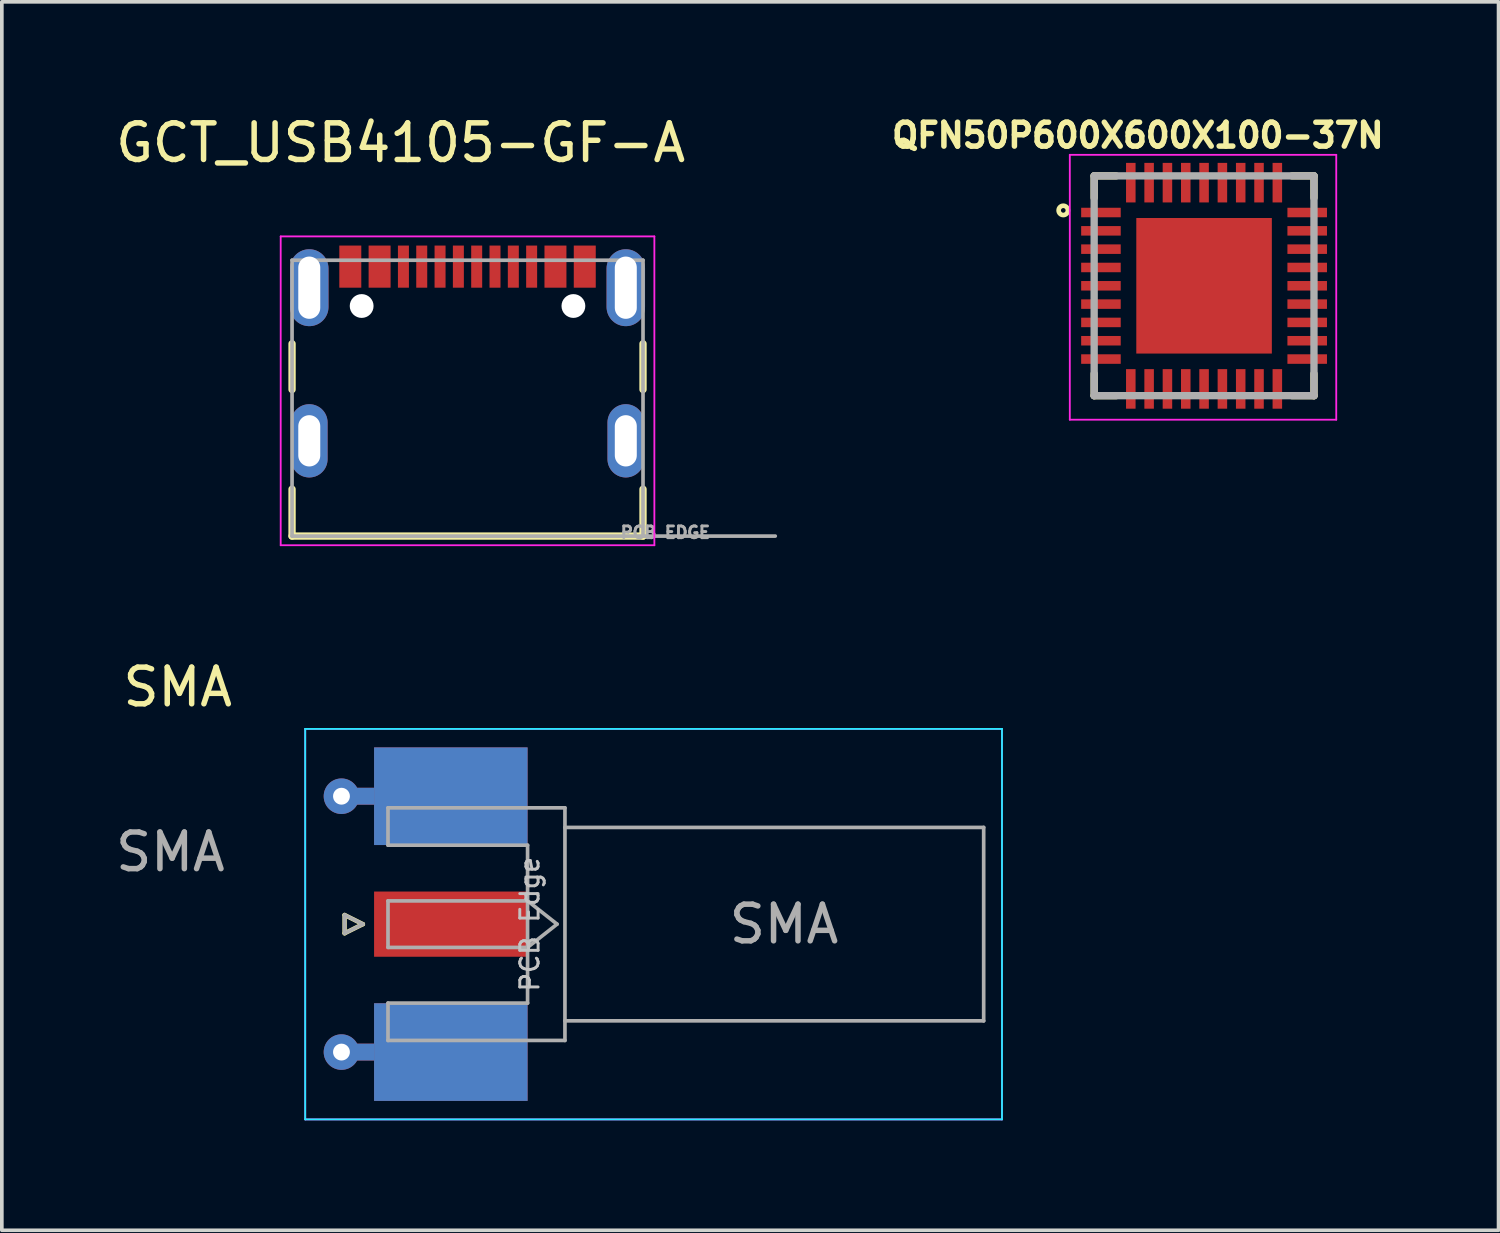
<source format=kicad_pcb>
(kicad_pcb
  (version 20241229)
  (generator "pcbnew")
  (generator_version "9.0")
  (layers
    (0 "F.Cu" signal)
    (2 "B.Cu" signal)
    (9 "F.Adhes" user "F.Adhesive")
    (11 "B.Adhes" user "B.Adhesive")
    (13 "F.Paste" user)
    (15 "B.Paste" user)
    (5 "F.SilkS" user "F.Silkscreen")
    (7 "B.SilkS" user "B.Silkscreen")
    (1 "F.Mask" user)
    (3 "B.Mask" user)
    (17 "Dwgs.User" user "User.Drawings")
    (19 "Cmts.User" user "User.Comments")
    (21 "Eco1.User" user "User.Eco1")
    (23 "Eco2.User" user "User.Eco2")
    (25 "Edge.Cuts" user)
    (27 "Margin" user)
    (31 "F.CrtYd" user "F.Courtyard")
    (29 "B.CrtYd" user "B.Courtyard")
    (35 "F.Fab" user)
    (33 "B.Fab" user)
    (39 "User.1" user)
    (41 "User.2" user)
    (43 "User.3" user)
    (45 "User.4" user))
  (footprint "SMA"
    (layer "F.Cu")
    (at 6.901 22.206)
    (property "Reference" "SMA" (at -5.1 -6.5 0) (unlocked yes) (layer "F.SilkS") (effects (font (size 1 1) (thickness 0.15))))
    (attr smd)
    (fp_line (start -0.545 -0.28) (end -0.545 0.22) (stroke (width 0.12) (type solid)) (layer "F.SilkS"))
    (fp_line (start -0.545 0.22) (end -0.045 -0.03) (stroke (width 0.12) (type solid)) (layer "F.SilkS"))
    (fp_line (start -0.045 -0.03) (end -0.545 -0.28) (stroke (width 0.12) (type solid)) (layer "F.SilkS"))
    (fp_line (start -1.62 -5.36) (end -1.62 5.3) (stroke (width 0.05) (type solid)) (layer "B.CrtYd"))
    (fp_line (start -1.62 -5.36) (end 17.4 -5.36) (stroke (width 0.05) (type solid)) (layer "B.CrtYd"))
    (fp_line (start 17.4 -5.36) (end 17.4 5.3) (stroke (width 0.05) (type solid)) (layer "B.CrtYd"))
    (fp_line (start 17.4 5.3) (end -1.62 5.3) (stroke (width 0.05) (type solid)) (layer "B.CrtYd"))
    (fp_line (start -1.62 -5.36) (end -1.62 5.3) (stroke (width 0.05) (type solid)) (layer "F.CrtYd"))
    (fp_line (start -1.62 -5.36) (end 17.4 -5.36) (stroke (width 0.05) (type solid)) (layer "F.CrtYd"))
    (fp_line (start 17.4 -5.36) (end 17.4 5.3) (stroke (width 0.05) (type solid)) (layer "F.CrtYd"))
    (fp_line (start 17.4 5.3) (end -1.62 5.3) (stroke (width 0.05) (type solid)) (layer "F.CrtYd"))
    (fp_line (start -0.545 -0.28) (end -0.045 -0.03) (stroke (width 0.1) (type solid)) (layer "F.Fab"))
    (fp_line (start -0.545 0.22) (end -0.545 -0.28) (stroke (width 0.1) (type solid)) (layer "F.Fab"))
    (fp_line (start -0.045 -0.03) (end -0.545 0.22) (stroke (width 0.1) (type solid)) (layer "F.Fab"))
    (fp_line (start 0.64 -3.205) (end 0.64 -2.185) (stroke (width 0.1) (type solid)) (layer "F.Fab"))
    (fp_line (start 0.64 -3.205) (end 5.47 -3.205) (stroke (width 0.1) (type solid)) (layer "F.Fab"))
    (fp_line (start 0.64 -0.665) (end 0.64 0.605) (stroke (width 0.1) (type solid)) (layer "F.Fab"))
    (fp_line (start 0.64 3.145) (end 0.64 2.125) (stroke (width 0.1) (type solid)) (layer "F.Fab"))
    (fp_line (start 4.45 -2.185) (end 0.64 -2.185) (stroke (width 0.1) (type solid)) (layer "F.Fab"))
    (fp_line (start 4.45 -2.185) (end 4.45 2.125) (stroke (width 0.1) (type solid)) (layer "F.Fab"))
    (fp_line (start 4.45 -0.665) (end 0.64 -0.665) (stroke (width 0.1) (type solid)) (layer "F.Fab"))
    (fp_line (start 4.45 -0.665) (end 5.255 -0.03) (stroke (width 0.1) (type solid)) (layer "F.Fab"))
    (fp_line (start 4.45 0.605) (end 0.64 0.605) (stroke (width 0.1) (type solid)) (layer "F.Fab"))
    (fp_line (start 4.45 2.125) (end 0.64 2.125) (stroke (width 0.1) (type solid)) (layer "F.Fab"))
    (fp_line (start 5.255 -0.03) (end 4.45 0.605) (stroke (width 0.1) (type solid)) (layer "F.Fab"))
    (fp_line (start 5.47 -3.205) (end 5.47 3.145) (stroke (width 0.1) (type solid)) (layer "F.Fab"))
    (fp_line (start 5.47 3.145) (end 0.64 3.145) (stroke (width 0.1) (type solid)) (layer "F.Fab"))
    (fp_line (start 16.9 -2.67) (end 5.47 -2.67) (stroke (width 0.1) (type solid)) (layer "F.Fab"))
    (fp_line (start 16.9 -2.67) (end 16.9 2.61) (stroke (width 0.1) (type solid)) (layer "F.Fab"))
    (fp_line (start 16.9 2.61) (end 5.47 2.61) (stroke (width 0.1) (type solid)) (layer "F.Fab"))
    (fp_text user "PCB Edge" (at 4.51 -0.03 270) (layer "Dwgs.User") (effects (font (size 0.5 0.5) (thickness 0.08))))
    (fp_text user "${REFERENCE}" (at -5.3 -2 0) (unlocked yes) (layer "F.Fab") (effects (font (size 1 1) (thickness 0.15))))
    (fp_text user "${REFERENCE}" (at 11.45 -0.03 0) (layer "F.Fab") (effects (font (size 1 1) (thickness 0.15))))
    (pad "1" smd rect (at 2.355 -0.03) (size 4.19 1.78) (layers "F.Cu" "F.Mask" "F.Paste"))
    (pad "2" thru_hole circle (at -0.63 -3.522) (size 0.97 0.97) (drill 0.46) (layers "*.Cu"))
    (pad "2" thru_hole circle (at -0.63 3.462) (size 0.97 0.97) (drill 0.46) (layers "*.Cu"))
    (pad "2" smd rect (at -0.185 -3.522) (size 0.89 0.46) (layers "F.Cu"))
    (pad "2" smd rect (at -0.185 -3.522) (size 0.89 0.46) (layers "B.Cu"))
    (pad "2" smd rect (at -0.185 3.462) (size 0.89 0.46) (layers "F.Cu"))
    (pad "2" smd rect (at -0.185 3.462) (size 0.89 0.46) (layers "B.Cu"))
    (pad "2" smd rect (at 2.355 -3.522) (size 4.19 2.665) (layers "F.Cu" "F.Mask" "F.Paste"))
    (pad "2" smd rect (at 2.355 -3.522) (size 4.19 2.665) (layers "B.Cu" "B.Mask" "B.Paste"))
    (pad "2" smd rect (at 2.355 3.462) (size 4.19 2.665) (layers "F.Cu" "F.Mask" "F.Paste"))
    (pad "2" smd rect (at 2.355 3.462) (size 4.19 2.665) (layers "B.Cu" "B.Mask" "B.Paste")))
  (footprint "QFN50P600X600X100-37N"
    (layer "F.Cu")
    (at 29.817 4.751)
    (property "Reference" "QFN50P600X600X100-37N" (at -1.808 -4.107 0) (layer "F.SilkS") (effects (font (size 0.652 0.652) (thickness 0.15))))
    (attr through_hole)
    (fp_line (start -3 -3) (end -2.4 -3) (stroke (width 0.2) (type solid)) (layer "F.SilkS"))
    (fp_line (start -3 -2.4) (end -3 -3) (stroke (width 0.2) (type solid)) (layer "F.SilkS"))
    (fp_line (start -3 2.4) (end -3 3) (stroke (width 0.2) (type solid)) (layer "F.SilkS"))
    (fp_line (start -3 3) (end -2.4 3) (stroke (width 0.2) (type solid)) (layer "F.SilkS"))
    (fp_line (start 2.4 -3) (end 3 -3) (stroke (width 0.2) (type solid)) (layer "F.SilkS"))
    (fp_line (start 2.4 3) (end 3 3) (stroke (width 0.2) (type solid)) (layer "F.SilkS"))
    (fp_line (start 3 -3) (end 3 -2.4) (stroke (width 0.2) (type solid)) (layer "F.SilkS"))
    (fp_line (start 3 3) (end 3 2.4) (stroke (width 0.2) (type solid)) (layer "F.SilkS"))
    (fp_circle (center -3.843 -2.058) (end -3.716 -2.058) (stroke (width 0.127) (type solid)) (fill no) (layer "F.SilkS"))
    (fp_poly (pts (xy -1.197 -1.17) (xy 1.17 -1.17) (xy 1.17 1.197) (xy -1.197 1.197)) (stroke (width 0.01) (type solid)) (fill yes) (layer "F.Paste"))
    (fp_line (start -3.665 -3.575) (end 3.608 -3.575) (stroke (width 0.05) (type solid)) (layer "F.CrtYd"))
    (fp_line (start -3.665 3.655) (end -3.665 -3.575) (stroke (width 0.05) (type solid)) (layer "F.CrtYd"))
    (fp_line (start 3.608 -3.575) (end 3.608 3.655) (stroke (width 0.05) (type solid)) (layer "F.CrtYd"))
    (fp_line (start 3.608 3.655) (end -3.665 3.655) (stroke (width 0.05) (type solid)) (layer "F.CrtYd"))
    (fp_line (start -3 3) (end -3 -3) (stroke (width 0.127) (type solid)) (layer "F.Fab"))
    (fp_line (start -3 3) (end -3 -3) (stroke (width 0.2) (type solid)) (layer "F.Fab"))
    (fp_line (start 3 -3) (end -3 -3) (stroke (width 0.2) (type solid)) (layer "F.Fab"))
    (fp_line (start 3 3) (end -3 3) (stroke (width 0.2) (type solid)) (layer "F.Fab"))
    (fp_line (start 3 3) (end 3 -3) (stroke (width 0.2) (type solid)) (layer "F.Fab"))
    (pad "1" smd rect (at -2.815 -2 90) (size 0.26 1.08) (layers "F.Cu" "F.Mask" "F.Paste"))
    (pad "2" smd rect (at -2.815 -1.5 90) (size 0.26 1.08) (layers "F.Cu" "F.Mask" "F.Paste"))
    (pad "3" smd rect (at -2.815 -1 90) (size 0.26 1.08) (layers "F.Cu" "F.Mask" "F.Paste"))
    (pad "4" smd rect (at -2.815 -0.5 90) (size 0.26 1.08) (layers "F.Cu" "F.Mask" "F.Paste"))
    (pad "5" smd rect (at -2.815 0 90) (size 0.26 1.08) (layers "F.Cu" "F.Mask" "F.Paste"))
    (pad "6" smd rect (at -2.815 0.5 90) (size 0.26 1.08) (layers "F.Cu" "F.Mask" "F.Paste"))
    (pad "7" smd rect (at -2.815 1 90) (size 0.26 1.08) (layers "F.Cu" "F.Mask" "F.Paste"))
    (pad "8" smd rect (at -2.815 1.5 90) (size 0.26 1.08) (layers "F.Cu" "F.Mask" "F.Paste"))
    (pad "9" smd rect (at -2.815 2 90) (size 0.26 1.08) (layers "F.Cu" "F.Mask" "F.Paste"))
    (pad "10" smd rect (at -2 2.815 180) (size 0.26 1.08) (layers "F.Cu" "F.Mask" "F.Paste"))
    (pad "11" smd rect (at -1.5 2.815 180) (size 0.26 1.08) (layers "F.Cu" "F.Mask" "F.Paste"))
    (pad "12" smd rect (at -1 2.815 180) (size 0.26 1.08) (layers "F.Cu" "F.Mask" "F.Paste"))
    (pad "13" smd rect (at -0.5 2.815 180) (size 0.26 1.08) (layers "F.Cu" "F.Mask" "F.Paste"))
    (pad "14" smd rect (at 0 2.815 180) (size 0.26 1.08) (layers "F.Cu" "F.Mask" "F.Paste"))
    (pad "15" smd rect (at 0.5 2.815 180) (size 0.26 1.08) (layers "F.Cu" "F.Mask" "F.Paste"))
    (pad "16" smd rect (at 1 2.815 180) (size 0.26 1.08) (layers "F.Cu" "F.Mask" "F.Paste"))
    (pad "17" smd rect (at 1.5 2.815 180) (size 0.26 1.08) (layers "F.Cu" "F.Mask" "F.Paste"))
    (pad "18" smd rect (at 2 2.815 180) (size 0.26 1.08) (layers "F.Cu" "F.Mask" "F.Paste"))
    (pad "19" smd rect (at 2.815 2 270) (size 0.26 1.08) (layers "F.Cu" "F.Mask" "F.Paste"))
    (pad "20" smd rect (at 2.815 1.5 270) (size 0.26 1.08) (layers "F.Cu" "F.Mask" "F.Paste"))
    (pad "21" smd rect (at 2.815 1 270) (size 0.26 1.08) (layers "F.Cu" "F.Mask" "F.Paste"))
    (pad "22" smd rect (at 2.815 0.5 270) (size 0.26 1.08) (layers "F.Cu" "F.Mask" "F.Paste"))
    (pad "23" smd rect (at 2.815 0 270) (size 0.26 1.08) (layers "F.Cu" "F.Mask" "F.Paste"))
    (pad "24" smd rect (at 2.815 -0.5 270) (size 0.26 1.08) (layers "F.Cu" "F.Mask" "F.Paste"))
    (pad "25" smd rect (at 2.815 -1 270) (size 0.26 1.08) (layers "F.Cu" "F.Mask" "F.Paste"))
    (pad "26" smd rect (at 2.815 -1.5 270) (size 0.26 1.08) (layers "F.Cu" "F.Mask" "F.Paste"))
    (pad "27" smd rect (at 2.815 -2 270) (size 0.26 1.08) (layers "F.Cu" "F.Mask" "F.Paste"))
    (pad "28" smd rect (at 2 -2.815) (size 0.26 1.08) (layers "F.Cu" "F.Mask" "F.Paste"))
    (pad "29" smd rect (at 1.5 -2.815) (size 0.26 1.08) (layers "F.Cu" "F.Mask" "F.Paste"))
    (pad "30" smd rect (at 1 -2.815) (size 0.26 1.08) (layers "F.Cu" "F.Mask" "F.Paste"))
    (pad "31" smd rect (at 0.5 -2.815) (size 0.26 1.08) (layers "F.Cu" "F.Mask" "F.Paste"))
    (pad "32" smd rect (at 0 -2.815) (size 0.26 1.08) (layers "F.Cu" "F.Mask" "F.Paste"))
    (pad "33" smd rect (at -0.5 -2.815) (size 0.26 1.08) (layers "F.Cu" "F.Mask" "F.Paste"))
    (pad "34" smd rect (at -1 -2.815) (size 0.26 1.08) (layers "F.Cu" "F.Mask" "F.Paste"))
    (pad "35" smd rect (at -1.5 -2.815) (size 0.26 1.08) (layers "F.Cu" "F.Mask" "F.Paste"))
    (pad "36" smd rect (at -2 -2.815) (size 0.26 1.08) (layers "F.Cu" "F.Mask" "F.Paste"))
    (pad "37" smd rect (at 0 0) (size 3.7 3.7) (layers "F.Cu" "F.Mask")))
  (footprint "GCT_USB4105-GF-A"
    (layer "F.Cu")
    (at 9.712 8.983)
    (property "Reference" "GCT_USB4105-GF-A" (at -1.825 -8.135 0) (layer "F.SilkS") (effects (font (size 1 1) (thickness 0.15))))
    (attr through_hole)
    (fp_line (start -4.79 -2.65) (end -4.79 -1.4) (stroke (width 0.2) (type solid)) (layer "F.SilkS"))
    (fp_line (start -4.79 1.32) (end -4.79 2.6) (stroke (width 0.2) (type solid)) (layer "F.SilkS"))
    (fp_line (start -4.79 2.6) (end 4.79 2.6) (stroke (width 0.2) (type solid)) (layer "F.SilkS"))
    (fp_line (start 4.79 -2.65) (end 4.79 -1.4) (stroke (width 0.2) (type solid)) (layer "F.SilkS"))
    (fp_line (start 4.79 2.6) (end 4.79 1.32) (stroke (width 0.2) (type solid)) (layer "F.SilkS"))
    (fp_line (start -5.1 -5.58) (end -5.1 2.85) (stroke (width 0.05) (type solid)) (layer "F.CrtYd"))
    (fp_line (start -5.1 2.85) (end 5.1 2.85) (stroke (width 0.05) (type solid)) (layer "F.CrtYd"))
    (fp_line (start 5.1 -5.58) (end -5.1 -5.58) (stroke (width 0.05) (type solid)) (layer "F.CrtYd"))
    (fp_line (start 5.1 2.85) (end 5.1 -5.58) (stroke (width 0.05) (type solid)) (layer "F.CrtYd"))
    (fp_line (start -4.79 -4.93) (end 4.79 -4.93) (stroke (width 0.1) (type solid)) (layer "F.Fab"))
    (fp_line (start -4.79 2.6) (end -4.79 -4.93) (stroke (width 0.1) (type solid)) (layer "F.Fab"))
    (fp_line (start 4.79 -4.93) (end 4.79 2.6) (stroke (width 0.1) (type solid)) (layer "F.Fab"))
    (fp_line (start 4.79 2.6) (end -4.79 2.6) (stroke (width 0.1) (type solid)) (layer "F.Fab"))
    (fp_line (start 4.8 2.6) (end 8.4 2.6) (stroke (width 0.1) (type solid)) (layer "F.Fab"))
    (fp_text user "PCB EDGE" (at 5.4 2.5 0) (layer "F.Fab") (effects (font (size 0.32 0.32) (thickness 0.08))))
    (pad "" np_thru_hole circle (at -2.89 -3.68) (size 0.65 0.65) (drill 0.65) (layers "*.Cu" "*.Mask"))
    (pad "" np_thru_hole circle (at 2.89 -3.68) (size 0.65 0.65) (drill 0.65) (layers "*.Cu" "*.Mask"))
    (pad "A1_B12" smd rect (at -3.2 -4.755) (size 0.6 1.15) (layers "F.Cu" "F.Mask" "F.Paste"))
    (pad "A4_B9" smd rect (at -2.4 -4.755) (size 0.6 1.15) (layers "F.Cu" "F.Mask" "F.Paste"))
    (pad "A5" smd rect (at -1.25 -4.755) (size 0.3 1.15) (layers "F.Cu" "F.Mask" "F.Paste"))
    (pad "A6" smd rect (at -0.25 -4.755) (size 0.3 1.15) (layers "F.Cu" "F.Mask" "F.Paste"))
    (pad "A7" smd rect (at 0.25 -4.755) (size 0.3 1.15) (layers "F.Cu" "F.Mask" "F.Paste"))
    (pad "A8" smd rect (at 1.25 -4.755) (size 0.3 1.15) (layers "F.Cu" "F.Mask" "F.Paste"))
    (pad "B1_A12" smd rect (at 3.2 -4.755) (size 0.6 1.15) (layers "F.Cu" "F.Mask" "F.Paste"))
    (pad "B4_A9" smd rect (at 2.4 -4.755) (size 0.6 1.15) (layers "F.Cu" "F.Mask" "F.Paste"))
    (pad "B5" smd rect (at 1.75 -4.755) (size 0.3 1.15) (layers "F.Cu" "F.Mask" "F.Paste"))
    (pad "B6" smd rect (at 0.75 -4.755) (size 0.3 1.15) (layers "F.Cu" "F.Mask" "F.Paste"))
    (pad "B7" smd rect (at -0.75 -4.755) (size 0.3 1.15) (layers "F.Cu" "F.Mask" "F.Paste"))
    (pad "B8" smd rect (at -1.75 -4.755) (size 0.3 1.15) (layers "F.Cu" "F.Mask" "F.Paste"))
    (pad "S1" thru_hole oval (at -4.32 -4.18) (size 1.05 2.1) (drill oval 0.6 1.7) (layers "*.Cu" "*.Mask"))
    (pad "S2" thru_hole oval (at -4.32 0) (size 1 2) (drill oval 0.6 1.4) (layers "*.Cu" "*.Mask"))
    (pad "S3" thru_hole oval (at 4.32 0) (size 1 2) (drill oval 0.6 1.4) (layers "*.Cu" "*.Mask"))
    (pad "S4" thru_hole oval (at 4.32 -4.18) (size 1.05 2.1) (drill oval 0.6 1.7) (layers "*.Cu" "*.Mask")))
  (gr_rect
    (start -3 -3)
    (end 37.855 30.532)
    (stroke (width 0.1) (type default))
    (fill no)
    (layer "Edge.Cuts")))
</source>
